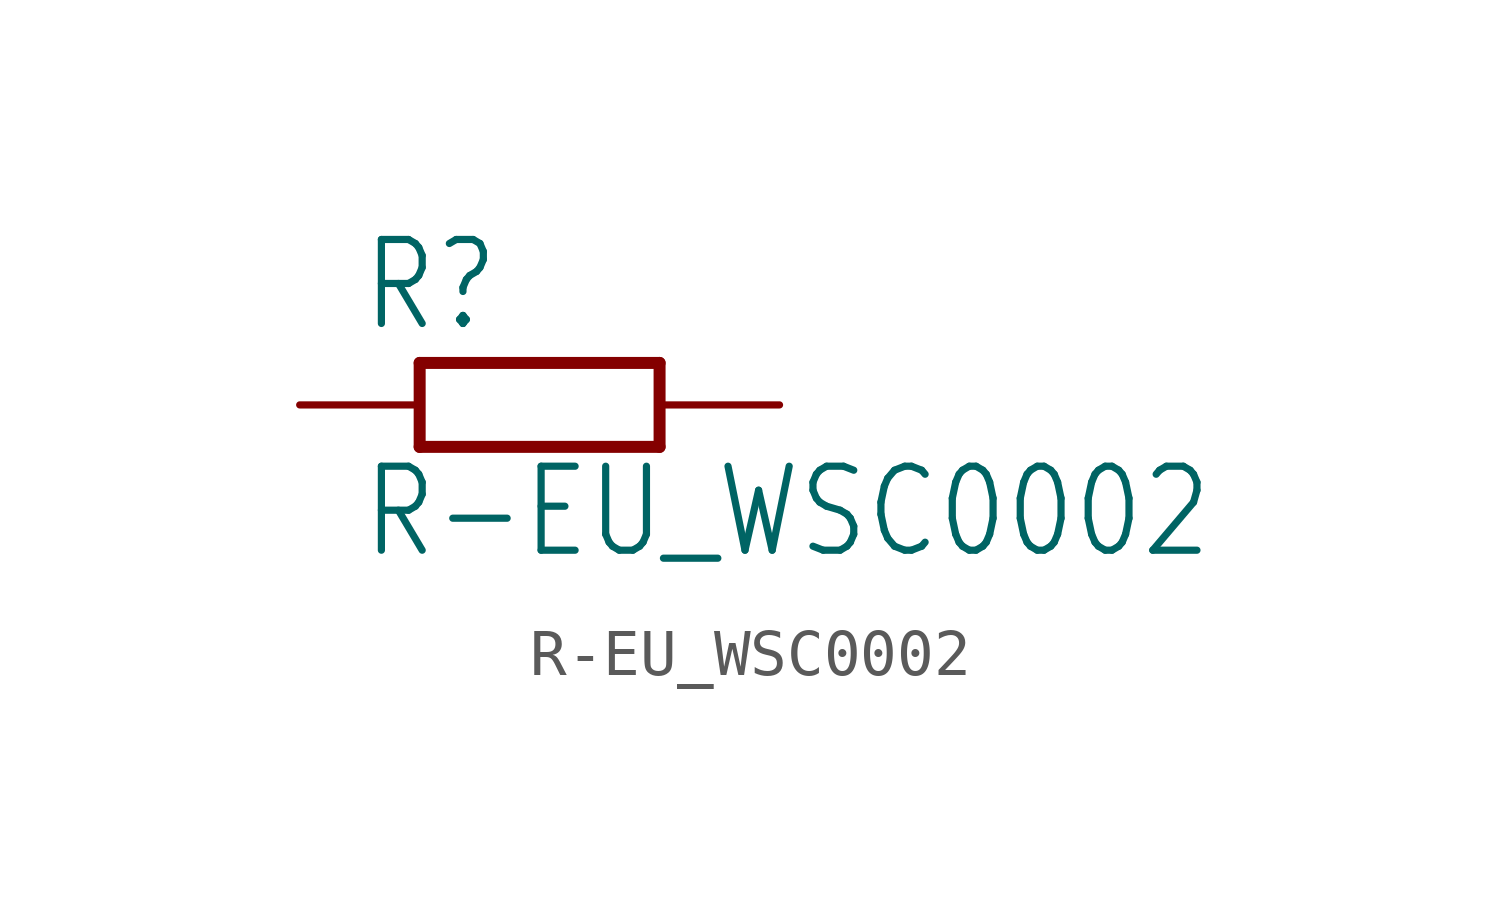
<source format=kicad_sym>
(kicad_symbol_lib
  (version 20220331)
  (generator kicad_symbol_editor)
  (symbol "R-EU_WSC0002"
    (property "Reference" "R"
      (at -3.81 1.499 0)
      (effects (font (size 1.778 1.511)) (justify left bottom)))
    (property "Value" "R-EU_WSC0002"
      (at -3.81 -3.302 0)
      (effects (font (size 1.778 1.511)) (justify left bottom)))
    (property "ki_locked" ""
      (at 0 0 0)
      (effects (font (size 1.27 1.27))))
    (symbol "R-EU_WSC0002_1_0"
      (polyline (pts (xy -2.54 -0.889) (xy -2.54 0.889)) (stroke (width 0.254) (type solid)) (fill (type none)))
      (polyline (pts (xy -2.54 -0.889) (xy 2.54 -0.889)) (stroke (width 0.254) (type solid)) (fill (type none)))
      (polyline (pts (xy 2.54 -0.889) (xy 2.54 0.889)) (stroke (width 0.254) (type solid)) (fill (type none)))
      (polyline (pts (xy 2.54 0.889) (xy -2.54 0.889)) (stroke (width 0.254) (type solid)) (fill (type none)))
      (pin passive line (at -5.08 0 0) (length 2.54) (name "1" (effects (font (size 0 0)))) (number "1" (effects (font (size 0 0)))))
      (pin passive line (at 5.08 0 180) (length 2.54) (name "2" (effects (font (size 0 0)))) (number "2" (effects (font (size 0 0))))))))
</source>
